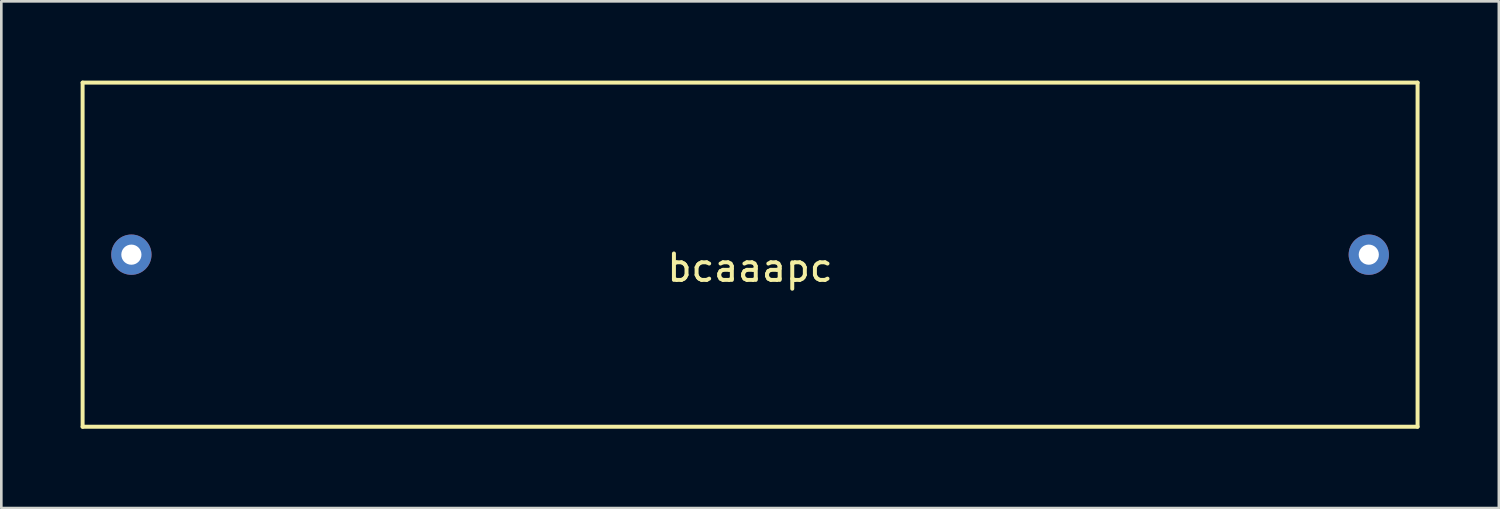
<source format=kicad_pcb>
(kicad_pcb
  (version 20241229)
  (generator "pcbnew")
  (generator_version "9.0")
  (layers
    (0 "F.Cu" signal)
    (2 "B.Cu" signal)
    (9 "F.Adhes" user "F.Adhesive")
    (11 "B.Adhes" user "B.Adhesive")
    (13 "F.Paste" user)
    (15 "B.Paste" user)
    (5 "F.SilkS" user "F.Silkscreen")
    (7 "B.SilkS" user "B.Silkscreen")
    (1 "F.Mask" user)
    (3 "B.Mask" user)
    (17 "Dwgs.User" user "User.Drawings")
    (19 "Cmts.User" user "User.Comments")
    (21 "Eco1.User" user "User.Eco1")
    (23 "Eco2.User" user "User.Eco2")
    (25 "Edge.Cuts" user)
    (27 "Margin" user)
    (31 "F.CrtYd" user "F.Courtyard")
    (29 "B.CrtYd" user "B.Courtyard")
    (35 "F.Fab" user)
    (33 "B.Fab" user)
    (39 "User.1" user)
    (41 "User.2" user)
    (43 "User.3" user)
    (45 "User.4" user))
  (footprint "bcaaapc"
    (layer "F.Cu")
    (at 25.325 6.584)
    (property "Reference" "bcaaapc" (at 0 0.5 0) (layer "F.SilkS") (effects (font (size 1 1) (thickness 0.15))))
    (attr through_hole)
    (fp_line (start -25.25 -6.509) (end -25.25 6.509) (stroke (width 0.15) (type solid)) (layer "F.SilkS"))
    (fp_line (start -25.25 -6.509) (end 25.25 -6.509) (stroke (width 0.15) (type solid)) (layer "F.SilkS"))
    (fp_line (start -25.25 6.509) (end 25.25 6.509) (stroke (width 0.15) (type solid)) (layer "F.SilkS"))
    (fp_line (start 25.25 -6.509) (end 25.25 6.509) (stroke (width 0.15) (type solid)) (layer "F.SilkS"))
    (pad "GND" thru_hole circle (at -23.405 0) (size 1.524 1.524) (drill 0.762) (layers "*.Cu" "*.Mask"))
    (pad "Vcc" thru_hole circle (at 23.405 0) (size 1.524 1.524) (drill 0.762) (layers "*.Cu" "*.Mask")))
  (gr_rect
    (start -3 -3)
    (end 53.65 16.168)
    (stroke (width 0.1) (type default))
    (fill no)
    (layer "Edge.Cuts")))
</source>
